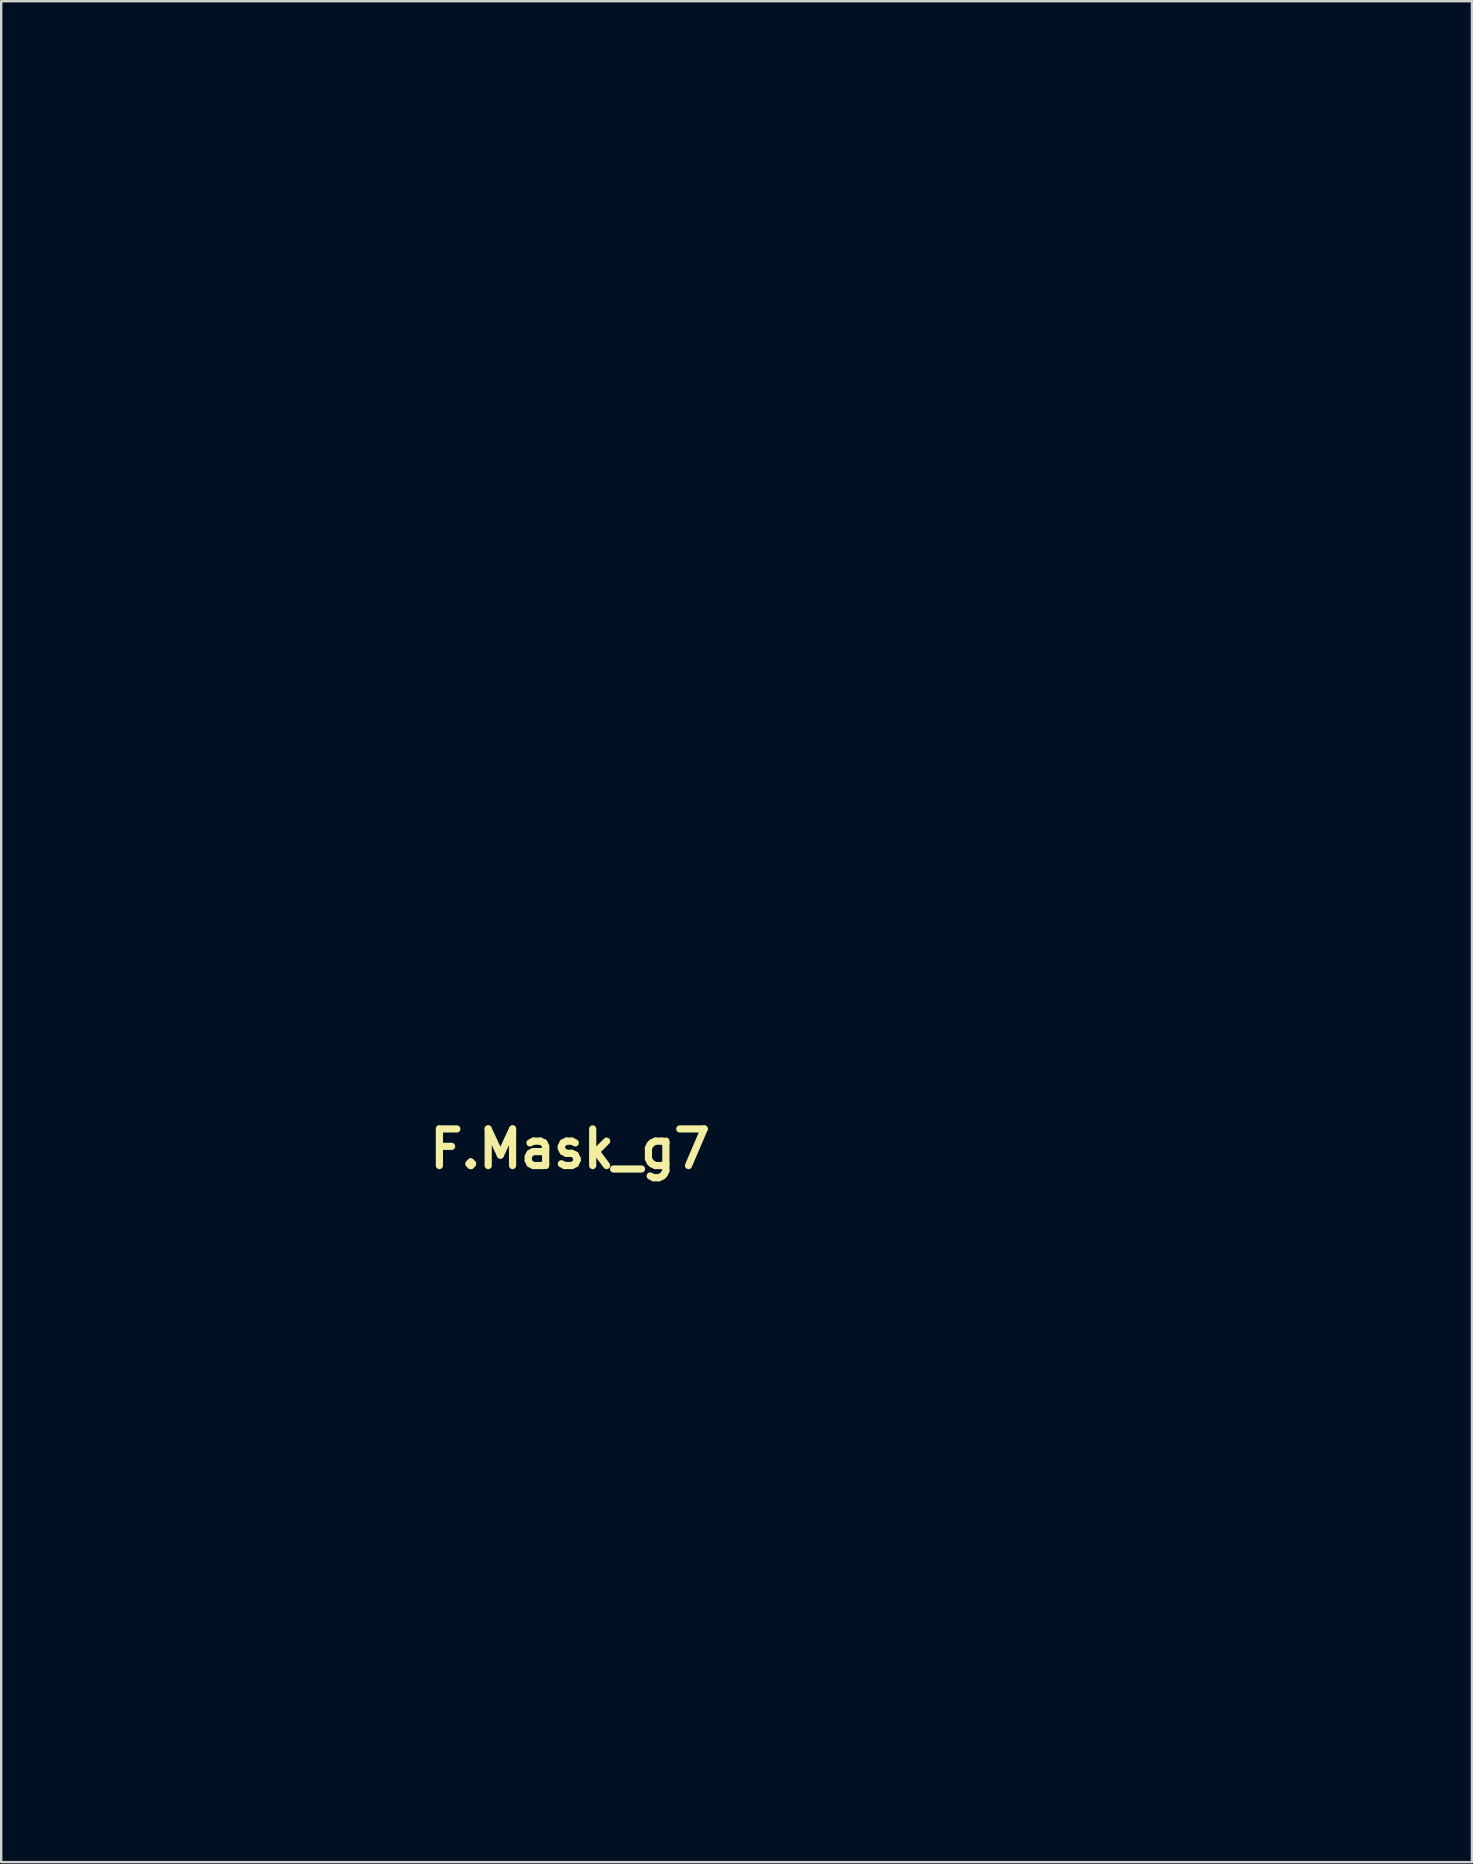
<source format=kicad_pcb>
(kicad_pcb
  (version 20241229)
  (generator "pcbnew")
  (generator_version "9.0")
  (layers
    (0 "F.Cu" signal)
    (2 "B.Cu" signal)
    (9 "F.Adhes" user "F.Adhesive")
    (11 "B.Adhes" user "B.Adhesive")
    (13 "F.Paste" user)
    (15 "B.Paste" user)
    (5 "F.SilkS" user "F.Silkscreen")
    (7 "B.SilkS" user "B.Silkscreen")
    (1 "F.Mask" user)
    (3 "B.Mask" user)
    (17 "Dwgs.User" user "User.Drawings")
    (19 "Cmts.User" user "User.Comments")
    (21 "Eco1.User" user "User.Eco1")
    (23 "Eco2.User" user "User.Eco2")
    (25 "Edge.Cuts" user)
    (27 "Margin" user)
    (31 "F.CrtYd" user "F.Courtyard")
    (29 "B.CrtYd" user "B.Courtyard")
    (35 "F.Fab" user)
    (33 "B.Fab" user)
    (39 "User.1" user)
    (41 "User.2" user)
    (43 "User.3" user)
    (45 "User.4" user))
  (footprint "F.Mask_g7"
    (layer "F.Cu")
    (at 20.699 44.817)
    (property "Reference" "F.Mask_g7" (at 0 0 0) (layer "F.SilkS") (effects (font (size 1.524 1.524) (thickness 0.3))))
    (attr through_hole)
    (fp_poly (pts (xy -10.221 20.817) (xy -9.814 20.908) (xy -9.401 21.046) (xy -8.993 21.228) (xy -8.602 21.45) (xy -8.24 21.706) (xy -7.92 21.994) (xy -7.861 22.056) (xy -7.692 22.225) (xy -7.557 22.324) (xy -7.449 22.357) (xy -7.362 22.326) (xy -7.324 22.289) (xy -7.297 22.231) (xy -7.307 22.147) (xy -7.342 22.051) (xy -7.381 21.943) (xy -7.4 21.875) (xy -7.4 21.864) (xy -7.345 21.84) (xy -7.227 21.802) (xy -7.063 21.755) (xy -6.872 21.703) (xy -6.673 21.653) (xy -6.484 21.609) (xy -6.434 21.598) (xy -5.91 21.508) (xy -5.441 21.477) (xy -5.017 21.505) (xy -4.631 21.594) (xy -4.274 21.745) (xy -3.937 21.959) (xy -3.926 21.967) (xy -3.734 22.133) (xy -3.563 22.317) (xy -3.426 22.504) (xy -3.335 22.677) (xy -3.302 22.818) (xy -3.336 22.864) (xy -3.439 22.919) (xy -3.617 22.984) (xy -3.871 23.06) (xy -4.083 23.117) (xy -4.259 23.162) (xy -4.432 23.203) (xy -4.608 23.24) (xy -4.792 23.275) (xy -4.993 23.308) (xy -5.217 23.34) (xy -5.47 23.372) (xy -5.759 23.404) (xy -6.091 23.437) (xy -6.472 23.473) (xy -6.909 23.511) (xy -7.409 23.553) (xy -7.978 23.599) (xy -8.624 23.65) (xy -8.805 23.665) (xy -9.684 23.74) (xy -10.479 23.821) (xy -11.194 23.908) (xy -11.829 24.001) (xy -12.387 24.1) (xy -12.795 24.188) (xy -13.038 24.246) (xy -13.082 24.093) (xy -13.106 23.975) (xy -13.13 23.807) (xy -13.148 23.622) (xy -13.15 23.601) (xy -13.14 23.162) (xy -13.051 22.733) (xy -12.89 22.322) (xy -12.661 21.938) (xy -12.372 21.59) (xy -12.027 21.285) (xy -11.634 21.033) (xy -11.279 20.872) (xy -10.965 20.795) (xy -10.609 20.778) (xy -10.221 20.817)) (stroke (width 0.01) (type solid)) (fill yes) (layer "F.Mask"))
    (fp_poly (pts (xy 22.81 11.349) (xy 23.085 11.431) (xy 23.43 11.603) (xy 23.745 11.849) (xy 24.024 12.157) (xy 24.258 12.518) (xy 24.439 12.924) (xy 24.529 13.219) (xy 24.566 13.427) (xy 24.589 13.679) (xy 24.598 13.949) (xy 24.593 14.208) (xy 24.572 14.429) (xy 24.553 14.531) (xy 24.495 14.742) (xy 24.449 14.881) (xy 24.411 14.957) (xy 24.375 14.982) (xy 24.37 14.982) (xy 24.311 14.967) (xy 24.193 14.928) (xy 24.034 14.873) (xy 23.929 14.835) (xy 23.473 14.682) (xy 22.934 14.525) (xy 22.313 14.366) (xy 21.611 14.204) (xy 20.83 14.04) (xy 20.045 13.887) (xy 19.434 13.772) (xy 18.898 13.67) (xy 18.431 13.579) (xy 18.023 13.497) (xy 17.667 13.423) (xy 17.355 13.355) (xy 17.079 13.29) (xy 16.832 13.228) (xy 16.606 13.166) (xy 16.392 13.102) (xy 16.184 13.036) (xy 15.985 12.969) (xy 15.733 12.878) (xy 15.493 12.783) (xy 15.278 12.69) (xy 15.1 12.605) (xy 14.972 12.534) (xy 14.907 12.482) (xy 14.901 12.469) (xy 14.923 12.408) (xy 14.977 12.304) (xy 15.027 12.223) (xy 15.185 12.031) (xy 15.41 11.839) (xy 15.686 11.66) (xy 15.99 11.509) (xy 16.129 11.451) (xy 16.243 11.411) (xy 16.352 11.387) (xy 16.48 11.374) (xy 16.648 11.369) (xy 16.87 11.368) (xy 17.178 11.375) (xy 17.422 11.393) (xy 17.62 11.426) (xy 17.695 11.445) (xy 17.844 11.491) (xy 18.03 11.554) (xy 18.238 11.63) (xy 18.453 11.711) (xy 18.658 11.793) (xy 18.838 11.867) (xy 18.977 11.929) (xy 19.059 11.973) (xy 19.074 11.985) (xy 19.072 12.047) (xy 19.032 12.129) (xy 18.972 12.269) (xy 18.983 12.389) (xy 19.016 12.438) (xy 19.117 12.486) (xy 19.24 12.456) (xy 19.378 12.35) (xy 19.391 12.337) (xy 19.577 12.173) (xy 19.819 12) (xy 20.095 11.834) (xy 20.378 11.691) (xy 20.455 11.657) (xy 20.953 11.477) (xy 21.449 11.355) (xy 21.932 11.293) (xy 22.389 11.29) (xy 22.81 11.349)) (stroke (width 0.01) (type solid)) (fill yes) (layer "F.Mask"))
    (fp_poly (pts (xy -4.349 -39.099) (xy -4.123 -39.077) (xy -4.055 -39.066) (xy -3.772 -39.01) (xy -4.174 -38.396) (xy -4.747 -37.497) (xy -5.263 -36.636) (xy -5.727 -35.801) (xy -6.147 -34.975) (xy -6.53 -34.145) (xy -6.884 -33.297) (xy -7.214 -32.415) (xy -7.505 -31.558) (xy -7.752 -30.768) (xy -7.969 -30.005) (xy -8.157 -29.258) (xy -8.319 -28.514) (xy -8.457 -27.761) (xy -8.572 -26.986) (xy -8.667 -26.179) (xy -8.744 -25.326) (xy -8.804 -24.415) (xy -8.85 -23.435) (xy -8.856 -23.284) (xy -8.877 -21.843) (xy -8.84 -20.342) (xy -8.743 -18.785) (xy -8.588 -17.171) (xy -8.374 -15.503) (xy -8.101 -13.783) (xy -7.771 -12.012) (xy -7.382 -10.19) (xy -6.962 -8.424) (xy -6.541 -6.829) (xy -6.094 -5.308) (xy -5.618 -3.853) (xy -5.11 -2.456) (xy -4.569 -1.111) (xy -4.317 -0.529) (xy -3.889 0.403) (xy -3.439 1.313) (xy -2.971 2.194) (xy -2.491 3.037) (xy -2.003 3.834) (xy -1.512 4.578) (xy -1.023 5.26) (xy -0.54 5.874) (xy -0.156 6.316) (xy 0.125 6.613) (xy 0.375 6.852) (xy 0.61 7.048) (xy 0.845 7.213) (xy 1.031 7.324) (xy 1.28 7.464) (xy 1.18 7.541) (xy 1.052 7.626) (xy 0.868 7.728) (xy 0.651 7.838) (xy 0.424 7.943) (xy 0.211 8.031) (xy 0.137 8.059) (xy -0.364 8.204) (xy -0.903 8.298) (xy -1.455 8.339) (xy -1.995 8.327) (xy -2.498 8.258) (xy -2.519 8.254) (xy -3.107 8.096) (xy -3.662 7.88) (xy -4.172 7.61) (xy -4.628 7.293) (xy -5.009 6.944) (xy -5.208 6.716) (xy -5.436 6.423) (xy -5.686 6.078) (xy -5.95 5.692) (xy -6.22 5.278) (xy -6.488 4.847) (xy -6.748 4.411) (xy -6.99 3.983) (xy -7.208 3.573) (xy -7.26 3.471) (xy -7.407 3.171) (xy -7.546 2.87) (xy -7.68 2.56) (xy -7.813 2.229) (xy -7.95 1.868) (xy -8.093 1.468) (xy -8.246 1.019) (xy -8.413 0.51) (xy -8.598 -0.068) (xy -8.657 -0.254) (xy -9.058 -1.583) (xy -9.429 -2.928) (xy -9.77 -4.295) (xy -10.083 -5.69) (xy -10.369 -7.118) (xy -10.629 -8.586) (xy -10.863 -10.1) (xy -11.073 -11.665) (xy -11.259 -13.288) (xy -11.423 -14.975) (xy -11.566 -16.732) (xy -11.688 -18.564) (xy -11.703 -18.817) (xy -11.763 -19.896) (xy -11.813 -20.897) (xy -11.854 -21.827) (xy -11.883 -22.692) (xy -11.902 -23.499) (xy -11.91 -24.254) (xy -11.907 -24.963) (xy -11.892 -25.634) (xy -11.865 -26.271) (xy -11.826 -26.883) (xy -11.775 -27.474) (xy -11.711 -28.053) (xy -11.634 -28.624) (xy -11.544 -29.195) (xy -11.441 -29.772) (xy -11.324 -30.361) (xy -11.196 -30.955) (xy -11.042 -31.624) (xy -10.892 -32.226) (xy -10.741 -32.776) (xy -10.583 -33.292) (xy -10.412 -33.791) (xy -10.222 -34.289) (xy -10.009 -34.803) (xy -9.766 -35.348) (xy -9.576 -35.758) (xy -9.351 -36.222) (xy -9.143 -36.616) (xy -8.944 -36.953) (xy -8.745 -37.241) (xy -8.537 -37.494) (xy -8.311 -37.721) (xy -8.058 -37.934) (xy -7.77 -38.144) (xy -7.551 -38.289) (xy -7.152 -38.535) (xy -6.792 -38.727) (xy -6.454 -38.872) (xy -6.116 -38.976) (xy -5.759 -39.045) (xy -5.363 -39.086) (xy -5.016 -39.102) (xy -4.645 -39.107) (xy -4.349 -39.099)) (stroke (width 0.01) (type solid)) (fill yes) (layer "F.Mask"))
    (fp_poly (pts (xy 5.401 -36.73) (xy 5.481 -36.656) (xy 5.583 -36.551) (xy 5.694 -36.425) (xy 5.806 -36.289) (xy 5.906 -36.156) (xy 5.923 -36.132) (xy 6.247 -35.594) (xy 6.501 -35.027) (xy 6.683 -34.44) (xy 6.792 -33.842) (xy 6.825 -33.244) (xy 6.78 -32.655) (xy 6.713 -32.3) (xy 6.551 -31.611) (xy 6.408 -30.993) (xy 6.281 -30.438) (xy 6.168 -29.934) (xy 6.068 -29.471) (xy 5.977 -29.04) (xy 5.895 -28.63) (xy 5.817 -28.231) (xy 5.744 -27.832) (xy 5.672 -27.425) (xy 5.599 -26.997) (xy 5.59 -26.941) (xy 5.398 -25.724) (xy 5.242 -24.578) (xy 5.12 -23.494) (xy 5.032 -22.467) (xy 4.977 -21.488) (xy 4.955 -20.553) (xy 4.954 -20.384) (xy 4.966 -19.504) (xy 5 -18.592) (xy 5.056 -17.667) (xy 5.132 -16.747) (xy 5.226 -15.85) (xy 5.337 -14.995) (xy 5.463 -14.198) (xy 5.505 -13.963) (xy 5.62 -13.426) (xy 5.771 -12.828) (xy 5.956 -12.185) (xy 6.168 -11.508) (xy 6.404 -10.813) (xy 6.659 -10.113) (xy 6.928 -9.421) (xy 7.206 -8.751) (xy 7.489 -8.117) (xy 7.51 -8.072) (xy 7.832 -7.436) (xy 8.221 -6.76) (xy 8.678 -6.043) (xy 9.204 -5.285) (xy 9.8 -4.483) (xy 10.26 -3.894) (xy 10.593 -3.447) (xy 10.86 -3.019) (xy 11.069 -2.591) (xy 11.232 -2.144) (xy 11.355 -1.659) (xy 11.372 -1.578) (xy 11.398 -1.437) (xy 11.415 -1.305) (xy 11.424 -1.166) (xy 11.426 -1.001) (xy 11.42 -0.794) (xy 11.407 -0.526) (xy 11.4 -0.404) (xy 11.375 -0.025) (xy 11.34 0.291) (xy 11.293 0.563) (xy 11.228 0.813) (xy 11.141 1.061) (xy 11.026 1.328) (xy 10.983 1.42) (xy 10.692 1.943) (xy 10.332 2.437) (xy 9.916 2.889) (xy 9.456 3.285) (xy 9.069 3.548) (xy 8.949 3.619) (xy 8.861 3.668) (xy 8.827 3.683) (xy 8.822 3.643) (xy 8.821 3.535) (xy 8.825 3.374) (xy 8.832 3.175) (xy 8.834 3.14) (xy 8.837 2.549) (xy 8.782 1.996) (xy 8.665 1.454) (xy 8.483 0.896) (xy 8.462 0.842) (xy 8.38 0.65) (xy 8.276 0.448) (xy 8.143 0.226) (xy 7.974 -0.028) (xy 7.761 -0.326) (xy 7.582 -0.568) (xy 7.328 -0.916) (xy 7.05 -1.314) (xy 6.764 -1.735) (xy 6.488 -2.155) (xy 6.239 -2.549) (xy 6.115 -2.752) (xy 5.899 -3.138) (xy 5.666 -3.6) (xy 5.421 -4.128) (xy 5.167 -4.714) (xy 4.905 -5.352) (xy 4.641 -6.033) (xy 4.376 -6.749) (xy 4.114 -7.492) (xy 3.857 -8.254) (xy 3.61 -9.028) (xy 3.407 -9.694) (xy 3.331 -9.957) (xy 3.243 -10.276) (xy 3.146 -10.635) (xy 3.044 -11.022) (xy 2.94 -11.421) (xy 2.839 -11.82) (xy 2.743 -12.203) (xy 2.656 -12.557) (xy 2.583 -12.867) (xy 2.526 -13.119) (xy 2.498 -13.25) (xy 2.327 -14.162) (xy 2.169 -15.091) (xy 2.027 -16.03) (xy 1.899 -16.971) (xy 1.788 -17.907) (xy 1.693 -18.83) (xy 1.615 -19.733) (xy 1.555 -20.608) (xy 1.513 -21.447) (xy 1.49 -22.243) (xy 1.487 -22.988) (xy 1.503 -23.675) (xy 1.54 -24.296) (xy 1.598 -24.843) (xy 1.605 -24.892) (xy 1.727 -25.679) (xy 1.866 -26.435) (xy 2.019 -27.148) (xy 2.184 -27.809) (xy 2.359 -28.408) (xy 2.54 -28.936) (xy 2.589 -29.062) (xy 2.837 -29.652) (xy 3.129 -30.286) (xy 3.453 -30.942) (xy 3.798 -31.598) (xy 4.153 -32.232) (xy 4.507 -32.824) (xy 4.661 -33.068) (xy 4.926 -33.525) (xy 5.13 -33.981) (xy 5.279 -34.457) (xy 5.382 -34.975) (xy 5.421 -35.289) (xy 5.437 -35.527) (xy 5.441 -35.794) (xy 5.433 -36.067) (xy 5.415 -36.327) (xy 5.389 -36.549) (xy 5.354 -36.714) (xy 5.347 -36.736) (xy 5.353 -36.76) (xy 5.401 -36.73)) (stroke (width 0.01) (type solid)) (fill yes) (layer "F.Mask"))
    (fp_poly (pts (xy -0.804 -20.113) (xy -0.693 -20.089) (xy -0.601 -20.049) (xy -0.515 -19.991) (xy -0.427 -19.916) (xy -0.423 -19.913) (xy -0.272 -19.736) (xy -0.192 -19.533) (xy -0.175 -19.287) (xy -0.178 -19.238) (xy -0.234 -18.992) (xy -0.352 -18.784) (xy -0.521 -18.63) (xy -0.606 -18.584) (xy -0.71 -18.552) (xy -0.884 -18.514) (xy -1.113 -18.473) (xy -1.382 -18.43) (xy -1.616 -18.397) (xy -2.174 -18.319) (xy -2.654 -18.239) (xy -3.063 -18.158) (xy -3.408 -18.074) (xy -3.695 -17.984) (xy -3.932 -17.888) (xy -3.993 -17.858) (xy -4.16 -17.772) (xy -4.038 -17.689) (xy -3.832 -17.566) (xy -3.555 -17.425) (xy -3.218 -17.272) (xy -2.831 -17.112) (xy -2.742 -17.078) (xy -2.142 -16.831) (xy -1.624 -16.589) (xy -1.188 -16.351) (xy -0.836 -16.119) (xy -0.567 -15.893) (xy -0.384 -15.675) (xy -0.251 -15.432) (xy -0.157 -15.167) (xy -0.107 -14.911) (xy -0.109 -14.711) (xy -0.152 -14.482) (xy -0.224 -14.268) (xy -0.331 -14.06) (xy -0.48 -13.848) (xy -0.676 -13.625) (xy -0.927 -13.381) (xy -1.24 -13.108) (xy -1.478 -12.913) (xy -1.87 -12.586) (xy -2.191 -12.296) (xy -2.446 -12.039) (xy -2.638 -11.809) (xy -2.77 -11.602) (xy -2.847 -11.414) (xy -2.873 -11.24) (xy -2.871 -11.189) (xy -2.852 -11.093) (xy -2.807 -11.01) (xy -2.729 -10.936) (xy -2.61 -10.869) (xy -2.442 -10.805) (xy -2.217 -10.742) (xy -1.928 -10.675) (xy -1.566 -10.602) (xy -1.344 -10.56) (xy -0.856 -10.461) (xy -0.444 -10.358) (xy -0.1 -10.245) (xy 0.187 -10.117) (xy 0.424 -9.972) (xy 0.62 -9.803) (xy 0.784 -9.606) (xy 0.926 -9.376) (xy 0.937 -9.356) (xy 0.983 -9.256) (xy 1.013 -9.155) (xy 1.029 -9.031) (xy 1.036 -8.86) (xy 1.037 -8.721) (xy 1.022 -8.405) (xy 0.971 -8.109) (xy 0.881 -7.819) (xy 0.744 -7.522) (xy 0.555 -7.205) (xy 0.308 -6.854) (xy 0.172 -6.675) (xy -0.058 -6.374) (xy -0.234 -6.129) (xy -0.36 -5.932) (xy -0.44 -5.775) (xy -0.476 -5.649) (xy -0.473 -5.548) (xy -0.433 -5.463) (xy -0.366 -5.392) (xy -0.262 -5.321) (xy -0.125 -5.262) (xy 0.056 -5.213) (xy 0.291 -5.171) (xy 0.59 -5.135) (xy 0.964 -5.102) (xy 0.974 -5.101) (xy 1.323 -5.073) (xy 1.603 -5.046) (xy 1.828 -5.018) (xy 2.014 -4.988) (xy 2.175 -4.952) (xy 2.327 -4.908) (xy 2.434 -4.872) (xy 2.782 -4.712) (xy 3.091 -4.496) (xy 3.353 -4.235) (xy 3.558 -3.939) (xy 3.695 -3.62) (xy 3.753 -3.333) (xy 3.754 -3.051) (xy 3.703 -2.765) (xy 3.594 -2.466) (xy 3.426 -2.145) (xy 3.193 -1.794) (xy 2.914 -1.432) (xy 2.662 -1.119) (xy 2.459 -0.863) (xy 2.301 -0.656) (xy 2.18 -0.489) (xy 2.091 -0.356) (xy 2.029 -0.248) (xy 2.024 -0.239) (xy 1.941 -0.076) (xy 2.039 0.03) (xy 2.114 0.088) (xy 2.248 0.171) (xy 2.422 0.269) (xy 2.62 0.37) (xy 2.646 0.382) (xy 2.931 0.528) (xy 3.145 0.659) (xy 3.296 0.786) (xy 3.395 0.917) (xy 3.45 1.065) (xy 3.47 1.239) (xy 3.471 1.296) (xy 3.434 1.525) (xy 3.332 1.744) (xy 3.21 1.892) (xy 3.036 2.011) (xy 2.828 2.087) (xy 2.614 2.114) (xy 2.424 2.086) (xy 2.392 2.074) (xy 2.316 2.041) (xy 2.185 1.985) (xy 2.023 1.915) (xy 1.952 1.885) (xy 1.486 1.653) (xy 1.095 1.393) (xy 0.782 1.106) (xy 0.548 0.794) (xy 0.393 0.461) (xy 0.317 0.108) (xy 0.323 -0.262) (xy 0.411 -0.647) (xy 0.581 -1.045) (xy 0.732 -1.303) (xy 0.826 -1.439) (xy 0.961 -1.619) (xy 1.119 -1.824) (xy 1.287 -2.032) (xy 1.349 -2.108) (xy 1.514 -2.31) (xy 1.674 -2.513) (xy 1.815 -2.698) (xy 1.922 -2.846) (xy 1.952 -2.89) (xy 2.122 -3.153) (xy 2.031 -3.227) (xy 1.959 -3.275) (xy 1.866 -3.315) (xy 1.743 -3.349) (xy 1.577 -3.379) (xy 1.357 -3.406) (xy 1.072 -3.433) (xy 0.826 -3.453) (xy 0.342 -3.499) (xy -0.069 -3.556) (xy -0.418 -3.627) (xy -0.716 -3.717) (xy -0.976 -3.828) (xy -1.208 -3.965) (xy -1.425 -4.131) (xy -1.498 -4.196) (xy -1.742 -4.465) (xy -1.935 -4.77) (xy -2.07 -5.095) (xy -2.14 -5.423) (xy -2.14 -5.711) (xy -2.098 -5.98) (xy -2.033 -6.231) (xy -1.939 -6.477) (xy -1.81 -6.731) (xy -1.638 -7.004) (xy -1.418 -7.31) (xy -1.144 -7.661) (xy -1.126 -7.684) (xy -1 -7.852) (xy -0.877 -8.039) (xy -0.768 -8.226) (xy -0.68 -8.398) (xy -0.621 -8.539) (xy -0.602 -8.633) (xy -0.605 -8.649) (xy -0.662 -8.694) (xy -0.796 -8.747) (xy -1.003 -8.806) (xy -1.276 -8.871) (xy -1.608 -8.938) (xy -1.905 -8.992) (xy -2.319 -9.069) (xy -2.664 -9.15) (xy -2.958 -9.237) (xy -3.216 -9.337) (xy -3.365 -9.406) (xy -3.739 -9.627) (xy -4.039 -9.89) (xy -4.272 -10.198) (xy -4.428 -10.52) (xy -4.467 -10.645) (xy -4.491 -10.788) (xy -4.504 -10.971) (xy -4.506 -11.216) (xy -4.506 -11.218) (xy -4.503 -11.442) (xy -4.493 -11.609) (xy -4.471 -11.747) (xy -4.433 -11.884) (xy -4.375 -12.047) (xy -4.371 -12.055) (xy -4.257 -12.324) (xy -4.122 -12.575) (xy -3.957 -12.82) (xy -3.756 -13.067) (xy -3.509 -13.326) (xy -3.209 -13.605) (xy -2.849 -13.913) (xy -2.644 -14.081) (xy -2.439 -14.249) (xy -2.251 -14.405) (xy -2.092 -14.54) (xy -1.975 -14.642) (xy -1.911 -14.702) (xy -1.812 -14.81) (xy -1.976 -14.914) (xy -2.175 -15.031) (xy -2.407 -15.15) (xy -2.686 -15.278) (xy -3.023 -15.42) (xy -3.37 -15.559) (xy -3.802 -15.732) (xy -4.164 -15.888) (xy -4.466 -16.033) (xy -4.721 -16.174) (xy -4.937 -16.316) (xy -5.128 -16.466) (xy -5.303 -16.631) (xy -5.37 -16.7) (xy -5.578 -16.955) (xy -5.715 -17.208) (xy -5.791 -17.481) (xy -5.814 -17.799) (xy -5.814 -17.801) (xy -5.782 -18.15) (xy -5.685 -18.461) (xy -5.519 -18.739) (xy -5.28 -18.986) (xy -4.966 -19.208) (xy -4.573 -19.408) (xy -4.477 -19.449) (xy -4.194 -19.554) (xy -3.874 -19.652) (xy -3.506 -19.743) (xy -3.081 -19.83) (xy -2.591 -19.915) (xy -2.025 -20) (xy -2.013 -20.002) (xy -1.648 -20.053) (xy -1.355 -20.09) (xy -1.124 -20.112) (xy -0.944 -20.12) (xy -0.804 -20.113)) (stroke (width 0.01) (type solid)) (fill yes) (layer "F.Mask"))
    (fp_poly (pts (xy 20.727 -44.81) (xy 21.169 -44.804) (xy 21.574 -44.795) (xy 21.929 -44.782) (xy 22.221 -44.765) (xy 22.352 -44.754) (xy 23.652 -44.598) (xy 24.887 -44.389) (xy 26.061 -44.128) (xy 27.175 -43.814) (xy 28.233 -43.445) (xy 29.236 -43.021) (xy 29.739 -42.778) (xy 30.461 -42.39) (xy 31.111 -41.992) (xy 31.7 -41.575) (xy 32.241 -41.131) (xy 32.744 -40.65) (xy 32.955 -40.427) (xy 33.424 -39.862) (xy 33.814 -39.276) (xy 34.123 -38.673) (xy 34.353 -38.057) (xy 34.502 -37.429) (xy 34.57 -36.795) (xy 34.556 -36.157) (xy 34.459 -35.518) (xy 34.279 -34.882) (xy 34.016 -34.252) (xy 33.983 -34.184) (xy 33.83 -33.904) (xy 33.637 -33.586) (xy 33.418 -33.252) (xy 33.191 -32.926) (xy 32.97 -32.633) (xy 32.8 -32.427) (xy 32.257 -31.866) (xy 31.639 -31.334) (xy 30.948 -30.831) (xy 30.19 -30.362) (xy 29.369 -29.927) (xy 28.489 -29.53) (xy 27.554 -29.172) (xy 26.57 -28.855) (xy 25.541 -28.583) (xy 25.246 -28.515) (xy 24.9 -28.442) (xy 24.525 -28.368) (xy 24.142 -28.297) (xy 23.771 -28.233) (xy 23.432 -28.18) (xy 23.146 -28.14) (xy 23.029 -28.127) (xy 22.884 -28.11) (xy 22.775 -28.094) (xy 22.727 -28.083) (xy 22.724 -28.038) (xy 22.744 -27.936) (xy 22.78 -27.809) (xy 22.834 -27.557) (xy 22.858 -27.262) (xy 22.853 -26.959) (xy 22.818 -26.685) (xy 22.792 -26.582) (xy 22.705 -26.333) (xy 22.59 -26.099) (xy 22.44 -25.872) (xy 22.247 -25.64) (xy 22.003 -25.396) (xy 21.699 -25.128) (xy 21.395 -24.881) (xy 21.156 -24.689) (xy 20.974 -24.533) (xy 20.835 -24.402) (xy 20.729 -24.282) (xy 20.642 -24.159) (xy 20.563 -24.022) (xy 20.527 -23.951) (xy 20.266 -23.471) (xy 19.973 -22.992) (xy 19.659 -22.534) (xy 19.341 -22.119) (xy 19.045 -21.78) (xy 18.871 -21.582) (xy 18.767 -21.425) (xy 18.733 -21.336) (xy 18.66 -21.105) (xy 18.536 -20.851) (xy 18.378 -20.603) (xy 18.244 -20.435) (xy 18.153 -20.33) (xy 18.085 -20.236) (xy 18.03 -20.134) (xy 17.978 -20.004) (xy 17.922 -19.828) (xy 17.864 -19.631) (xy 17.545 -18.607) (xy 17.2 -17.663) (xy 16.828 -16.796) (xy 16.428 -16.004) (xy 15.999 -15.287) (xy 15.54 -14.641) (xy 15.05 -14.066) (xy 14.528 -13.559) (xy 14.382 -13.434) (xy 13.829 -13.007) (xy 13.282 -12.657) (xy 12.728 -12.378) (xy 12.153 -12.163) (xy 11.542 -12.008) (xy 10.884 -11.906) (xy 10.753 -11.892) (xy 10.274 -11.87) (xy 9.747 -11.892) (xy 9.196 -11.953) (xy 8.645 -12.052) (xy 8.116 -12.185) (xy 8.101 -12.189) (xy 7.933 -12.239) (xy 7.8 -12.276) (xy 7.72 -12.296) (xy 7.705 -12.298) (xy 7.719 -12.242) (xy 7.758 -12.119) (xy 7.818 -11.942) (xy 7.894 -11.724) (xy 7.981 -11.476) (xy 8.075 -11.213) (xy 8.172 -10.945) (xy 8.268 -10.687) (xy 8.356 -10.45) (xy 8.434 -10.248) (xy 8.483 -10.122) (xy 8.773 -9.436) (xy 9.07 -8.794) (xy 9.382 -8.184) (xy 9.717 -7.593) (xy 10.083 -7.006) (xy 10.489 -6.41) (xy 10.942 -5.792) (xy 11.451 -5.139) (xy 11.612 -4.938) (xy 11.765 -4.742) (xy 11.922 -4.528) (xy 12.074 -4.31) (xy 12.211 -4.104) (xy 12.323 -3.925) (xy 12.399 -3.787) (xy 12.425 -3.725) (xy 12.442 -3.698) (xy 12.478 -3.692) (xy 12.545 -3.71) (xy 12.655 -3.757) (xy 12.82 -3.838) (xy 12.967 -3.913) (xy 13.709 -4.259) (xy 14.425 -4.526) (xy 15.118 -4.715) (xy 15.792 -4.825) (xy 16.45 -4.858) (xy 17.094 -4.812) (xy 17.729 -4.69) (xy 18.316 -4.507) (xy 18.965 -4.221) (xy 19.579 -3.862) (xy 20.156 -3.432) (xy 20.692 -2.937) (xy 21.182 -2.381) (xy 21.623 -1.768) (xy 22.011 -1.104) (xy 22.343 -0.393) (xy 22.614 0.362) (xy 22.732 0.777) (xy 22.877 1.447) (xy 22.967 2.121) (xy 23.003 2.813) (xy 22.983 3.533) (xy 22.909 4.291) (xy 22.779 5.1) (xy 22.734 5.334) (xy 22.531 6.202) (xy 22.282 7.033) (xy 21.989 7.816) (xy 21.657 8.541) (xy 21.339 9.117) (xy 21.248 9.272) (xy 21.176 9.399) (xy 21.132 9.482) (xy 21.124 9.504) (xy 21.161 9.517) (xy 21.251 9.51) (xy 21.275 9.506) (xy 21.43 9.489) (xy 21.648 9.48) (xy 21.905 9.478) (xy 22.178 9.485) (xy 22.445 9.498) (xy 22.685 9.517) (xy 22.873 9.543) (xy 22.886 9.545) (xy 23.486 9.7) (xy 24.043 9.927) (xy 24.553 10.222) (xy 25.012 10.581) (xy 25.418 11.001) (xy 25.765 11.479) (xy 26.052 12.012) (xy 26.274 12.597) (xy 26.335 12.813) (xy 26.39 13.086) (xy 26.428 13.414) (xy 26.449 13.767) (xy 26.451 14.118) (xy 26.434 14.437) (xy 26.418 14.566) (xy 26.35 14.917) (xy 26.251 15.275) (xy 26.128 15.617) (xy 25.989 15.926) (xy 25.842 16.181) (xy 25.757 16.294) (xy 25.598 16.447) (xy 25.377 16.608) (xy 25.114 16.768) (xy 24.83 16.915) (xy 24.543 17.038) (xy 24.278 17.124) (xy 23.916 17.197) (xy 23.511 17.238) (xy 23.058 17.247) (xy 22.553 17.224) (xy 21.992 17.167) (xy 21.371 17.077) (xy 20.686 16.954) (xy 19.933 16.795) (xy 19.107 16.603) (xy 18.986 16.573) (xy 18.697 16.503) (xy 18.416 16.437) (xy 18.161 16.378) (xy 17.948 16.331) (xy 17.794 16.3) (xy 17.759 16.294) (xy 17.462 16.244) (xy 16.573 16.647) (xy 16.23 16.803) (xy 15.82 16.988) (xy 15.358 17.197) (xy 14.853 17.426) (xy 14.319 17.667) (xy 13.766 17.917) (xy 13.207 18.169) (xy 12.654 18.419) (xy 12.192 18.627) (xy 11.864 18.775) (xy 11.491 18.943) (xy 11.104 19.118) (xy 10.735 19.285) (xy 10.456 19.41) (xy 10.216 19.519) (xy 9.907 19.659) (xy 9.535 19.827) (xy 9.109 20.019) (xy 8.634 20.234) (xy 8.119 20.466) (xy 7.571 20.714) (xy 6.996 20.974) (xy 6.403 21.242) (xy 5.797 21.515) (xy 5.187 21.79) (xy 4.58 22.065) (xy 3.983 22.334) (xy 3.403 22.596) (xy 2.847 22.847) (xy 2.323 23.084) (xy 1.837 23.303) (xy 1.398 23.502) (xy 1.012 23.676) (xy 0.686 23.823) (xy 0.428 23.94) (xy 0.36 23.971) (xy -0.292 24.265) (xy -0.872 24.527) (xy -1.383 24.758) (xy -1.831 24.96) (xy -2.221 25.136) (xy -2.556 25.287) (xy -2.843 25.415) (xy -3.084 25.523) (xy -3.286 25.613) (xy -3.452 25.685) (xy -3.587 25.744) (xy -3.696 25.79) (xy -3.784 25.825) (xy -3.855 25.852) (xy -3.914 25.873) (xy -3.965 25.889) (xy -4.013 25.903) (xy -4.064 25.917) (xy -4.12 25.933) (xy -4.172 25.947) (xy -4.514 26.032) (xy -4.93 26.11) (xy -5.425 26.182) (xy -5.999 26.247) (xy -6.422 26.288) (xy -6.78 26.321) (xy -7.189 26.363) (xy -7.614 26.41) (xy -8.022 26.456) (xy -8.361 26.498) (xy -8.973 26.573) (xy -9.513 26.631) (xy -9.991 26.672) (xy -10.418 26.697) (xy -10.805 26.706) (xy -11.162 26.701) (xy -11.499 26.681) (xy -11.663 26.666) (xy -11.991 26.631) (xy -12.25 26.601) (xy -12.455 26.572) (xy -12.622 26.541) (xy -12.766 26.506) (xy -12.903 26.463) (xy -13.048 26.41) (xy -13.067 26.403) (xy -13.483 26.215) (xy -13.861 25.989) (xy -14.187 25.734) (xy -14.448 25.462) (xy -14.535 25.345) (xy -14.69 25.057) (xy -14.815 24.705) (xy -14.908 24.305) (xy -14.963 23.872) (xy -14.979 23.424) (xy -14.973 23.243) (xy -14.904 22.653) (xy -14.764 22.082) (xy -14.557 21.539) (xy -14.288 21.03) (xy -13.963 20.563) (xy -13.586 20.145) (xy -13.163 19.783) (xy -12.7 19.486) (xy -12.2 19.26) (xy -12.171 19.249) (xy -11.642 19.102) (xy -11.077 19.016) (xy -10.498 18.993) (xy -9.928 19.036) (xy -9.623 19.088) (xy -9.435 19.128) (xy -9.274 19.165) (xy -9.159 19.193) (xy -9.12 19.205) (xy -9.092 19.216) (xy -9.073 19.217) (xy -9.065 19.198) (xy -9.068 19.151) (xy -9.086 19.064) (xy -9.119 18.928) (xy -9.17 18.733) (xy -9.24 18.469) (xy -9.267 18.368) (xy -9.511 17.347) (xy -9.708 16.316) (xy -9.853 15.302) (xy -9.904 14.817) (xy -9.922 14.558) (xy -9.935 14.239) (xy -9.943 13.879) (xy -9.947 13.498) (xy -9.945 13.115) (xy -9.939 12.75) (xy -9.929 12.422) (xy -9.913 12.151) (xy -9.905 12.059) (xy -9.769 11.06) (xy -9.562 10.101) (xy -9.285 9.186) (xy -8.939 8.316) (xy -8.568 7.573) (xy -8.434 7.339) (xy -8.281 7.085) (xy -8.122 6.833) (xy -7.97 6.603) (xy -7.839 6.417) (xy -7.787 6.348) (xy -7.669 6.199) (xy -8.051 5.565) (xy -8.283 5.167) (xy -8.52 4.735) (xy -8.753 4.289) (xy -8.969 3.853) (xy -9.159 3.446) (xy -9.291 3.137) (xy -9.446 2.742) (xy -9.616 2.278) (xy -9.798 1.758) (xy -9.987 1.194) (xy -10.18 0.6) (xy -10.373 -0.013) (xy -10.561 -0.63) (xy -10.741 -1.238) (xy -10.908 -1.826) (xy -11.058 -2.379) (xy -11.175 -2.836) (xy -11.226 -3.04) (xy -11.271 -3.217) (xy -11.305 -3.349) (xy -11.324 -3.418) (xy -11.325 -3.421) (xy -11.36 -3.439) (xy -11.441 -3.404) (xy -11.536 -3.34) (xy -11.668 -3.228) (xy -11.743 -3.114) (xy -11.771 -3.03) (xy -11.928 -2.562) (xy -12.152 -2.146) (xy -12.444 -1.78) (xy -12.805 -1.463) (xy -12.978 -1.344) (xy -13.346 -1.141) (xy -13.736 -0.987) (xy -14.127 -0.888) (xy -14.5 -0.85) (xy -14.699 -0.857) (xy -14.835 -0.862) (xy -14.975 -0.845) (xy -15.145 -0.801) (xy -15.303 -0.75) (xy -15.497 -0.689) (xy -15.67 -0.648) (xy -15.851 -0.623) (xy -16.073 -0.608) (xy -16.192 -0.603) (xy -16.664 -0.612) (xy -17.081 -0.678) (xy -17.454 -0.805) (xy -17.797 -0.997) (xy -18.092 -1.231) (xy -18.293 -1.394) (xy -18.472 -1.494) (xy -18.556 -1.523) (xy -18.849 -1.643) (xy -19.138 -1.836) (xy -19.415 -2.09) (xy -19.67 -2.392) (xy -19.892 -2.731) (xy -20.072 -3.096) (xy -20.2 -3.473) (xy -20.211 -3.516) (xy -20.25 -3.75) (xy -20.272 -4.032) (xy -20.275 -4.332) (xy -20.261 -4.62) (xy -20.229 -4.865) (xy -20.214 -4.934) (xy -20.154 -5.136) (xy -20.077 -5.357) (xy -19.991 -5.569) (xy -19.908 -5.746) (xy -19.853 -5.842) (xy -19.814 -5.933) (xy -19.773 -6.08) (xy -19.738 -6.256) (xy -19.73 -6.308) (xy -19.65 -6.76) (xy -19.538 -7.152) (xy -19.387 -7.505) (xy -19.187 -7.841) (xy -18.927 -8.182) (xy -18.893 -8.223) (xy -18.771 -8.378) (xy -18.664 -8.536) (xy -18.59 -8.667) (xy -18.578 -8.694) (xy -18.506 -8.879) (xy -18.667 -9.361) (xy -18.747 -9.581) (xy -18.851 -9.847) (xy -18.969 -10.129) (xy -19.086 -10.397) (xy -19.113 -10.456) (xy -19.304 -10.868) (xy -19.463 -11.213) (xy -19.594 -11.5) (xy -19.702 -11.739) (xy -19.791 -11.939) (xy -19.866 -12.11) (xy -19.93 -12.262) (xy -19.987 -12.404) (xy -20.042 -12.545) (xy -20.084 -12.653) (xy -20.349 -13.443) (xy -20.539 -14.219) (xy -20.654 -14.976) (xy -20.684 -15.539) (xy -19.234 -15.539) (xy -19.174 -14.868) (xy -19.152 -14.728) (xy -19.075 -14.333) (xy -18.97 -13.924) (xy -18.833 -13.491) (xy -18.662 -13.024) (xy -18.452 -12.513) (xy -18.199 -11.947) (xy -18.066 -11.663) (xy -17.821 -11.133) (xy -17.615 -10.668) (xy -17.445 -10.258) (xy -17.308 -9.894) (xy -17.201 -9.568) (xy -17.12 -9.27) (xy -17.063 -8.999) (xy -17.029 -8.775) (xy -17.022 -8.61) (xy -17.044 -8.479) (xy -17.099 -8.36) (xy -17.149 -8.283) (xy -17.255 -8.089) (xy -17.293 -7.897) (xy -17.305 -7.79) (xy -17.333 -7.71) (xy -17.394 -7.634) (xy -17.502 -7.539) (xy -17.55 -7.5) (xy -17.789 -7.272) (xy -17.99 -7.011) (xy -18.136 -6.742) (xy -18.179 -6.625) (xy -18.213 -6.49) (xy -18.252 -6.302) (xy -18.29 -6.09) (xy -18.308 -5.969) (xy -18.344 -5.751) (xy -18.386 -5.575) (xy -18.444 -5.409) (xy -18.528 -5.221) (xy -18.595 -5.084) (xy -18.69 -4.894) (xy -18.753 -4.755) (xy -18.791 -4.643) (xy -18.81 -4.532) (xy -18.816 -4.398) (xy -18.817 -4.237) (xy -18.814 -4.032) (xy -18.801 -3.882) (xy -18.773 -3.76) (xy -18.726 -3.637) (xy -18.703 -3.588) (xy -18.546 -3.298) (xy -18.379 -3.088) (xy -18.199 -2.952) (xy -18 -2.887) (xy -17.89 -2.879) (xy -17.742 -2.894) (xy -17.616 -2.932) (xy -17.588 -2.947) (xy -17.511 -2.988) (xy -17.476 -2.977) (xy -17.468 -2.957) (xy -17.344 -2.633) (xy -17.183 -2.382) (xy -16.981 -2.202) (xy -16.73 -2.088) (xy -16.427 -2.036) (xy -16.292 -2.032) (xy -16.014 -2.064) (xy -15.739 -2.152) (xy -15.498 -2.284) (xy -15.411 -2.353) (xy -15.254 -2.495) (xy -15.025 -2.407) (xy -14.703 -2.328) (xy -14.376 -2.331) (xy -14.054 -2.414) (xy -13.748 -2.575) (xy -13.74 -2.58) (xy -13.503 -2.776) (xy -13.333 -2.996) (xy -13.226 -3.252) (xy -13.176 -3.556) (xy -13.175 -3.871) (xy -13.195 -4.255) (xy -12.997 -4.261) (xy -12.744 -4.309) (xy -12.506 -4.432) (xy -12.291 -4.619) (xy -12.11 -4.859) (xy -11.973 -5.144) (xy -11.895 -5.421) (xy -11.874 -5.749) (xy -11.927 -6.086) (xy -12.047 -6.419) (xy -12.224 -6.737) (xy -12.45 -7.029) (xy -12.718 -7.282) (xy -13.019 -7.485) (xy -13.346 -7.627) (xy -13.483 -7.664) (xy -13.745 -7.729) (xy -13.961 -7.798) (xy -14.165 -7.88) (xy -14.277 -7.935) (xy -14.332 -7.988) (xy -14.349 -8.07) (xy -14.351 -8.153) (xy -14.391 -8.399) (xy -14.507 -8.615) (xy -14.693 -8.789) (xy -14.719 -8.806) (xy -14.833 -8.877) (xy -14.919 -8.927) (xy -14.947 -8.941) (xy -14.97 -8.985) (xy -15.004 -9.094) (xy -15.044 -9.248) (xy -15.068 -9.353) (xy -15.133 -9.62) (xy -15.216 -9.911) (xy -15.321 -10.233) (xy -15.451 -10.593) (xy -15.609 -11.002) (xy -15.797 -11.466) (xy -16.019 -11.995) (xy -16.125 -12.242) (xy -16.373 -12.825) (xy -16.584 -13.34) (xy -16.76 -13.794) (xy -16.905 -14.194) (xy -17.02 -14.548) (xy -17.107 -14.862) (xy -17.169 -15.145) (xy -17.208 -15.402) (xy -17.227 -15.643) (xy -17.229 -15.763) (xy -17.189 -16.209) (xy -17.073 -16.624) (xy -16.884 -17.006) (xy -16.627 -17.352) (xy -16.306 -17.66) (xy -15.923 -17.928) (xy -15.483 -18.153) (xy -14.99 -18.332) (xy -14.447 -18.464) (xy -13.859 -18.546) (xy -13.228 -18.576) (xy -12.848 -18.568) (xy -12.613 -18.557) (xy -12.399 -18.544) (xy -12.223 -18.531) (xy -12.106 -18.52) (xy -12.08 -18.516) (xy -12.044 -18.511) (xy -12.014 -18.507) (xy -11.991 -18.495) (xy -11.971 -18.468) (xy -11.954 -18.416) (xy -11.939 -18.333) (xy -11.925 -18.21) (xy -11.91 -18.04) (xy -11.893 -17.814) (xy -11.872 -17.524) (xy -11.848 -17.162) (xy -11.83 -16.912) (xy -11.732 -15.628) (xy -11.614 -14.326) (xy -11.48 -13.024) (xy -11.33 -11.737) (xy -11.167 -10.483) (xy -10.992 -9.278) (xy -10.808 -8.14) (xy -10.794 -8.058) (xy -10.577 -6.853) (xy -10.348 -5.7) (xy -10.102 -4.58) (xy -9.835 -3.475) (xy -9.543 -2.366) (xy -9.22 -1.234) (xy -8.862 -0.06) (xy -8.592 0.783) (xy -8.324 1.574) (xy -8.053 2.297) (xy -7.77 2.971) (xy -7.469 3.613) (xy -7.139 4.241) (xy -6.773 4.872) (xy -6.363 5.524) (xy -6.173 5.81) (xy -5.84 6.307) (xy -6.205 6.72) (xy -6.735 7.385) (xy -7.197 8.097) (xy -7.589 8.856) (xy -7.911 9.66) (xy -8.164 10.509) (xy -8.347 11.4) (xy -8.46 12.334) (xy -8.502 13.308) (xy -8.474 14.321) (xy -8.376 15.372) (xy -8.206 16.46) (xy -7.966 17.584) (xy -7.933 17.716) (xy -7.835 18.104) (xy -7.74 18.455) (xy -7.64 18.8) (xy -7.526 19.167) (xy -7.4 19.556) (xy -7.328 19.78) (xy -7.284 19.936) (xy -7.265 20.035) (xy -7.268 20.087) (xy -7.285 20.102) (xy -7.369 20.154) (xy -7.485 20.255) (xy -7.613 20.384) (xy -7.735 20.522) (xy -7.832 20.65) (xy -7.873 20.719) (xy -7.943 20.95) (xy -7.959 21.157) (xy -7.959 21.418) (xy -8.231 21.227) (xy -8.527 21.044) (xy -8.873 20.865) (xy -9.235 20.708) (xy -9.58 20.587) (xy -9.652 20.566) (xy -9.958 20.505) (xy -10.306 20.47) (xy -10.669 20.461) (xy -11.022 20.479) (xy -11.339 20.523) (xy -11.515 20.567) (xy -11.926 20.731) (xy -12.296 20.958) (xy -12.638 21.258) (xy -12.697 21.32) (xy -13.005 21.71) (xy -13.244 22.143) (xy -13.413 22.608) (xy -13.509 23.095) (xy -13.529 23.592) (xy -13.471 24.089) (xy -13.416 24.32) (xy -13.335 24.485) (xy -13.193 24.656) (xy -13.008 24.814) (xy -12.801 24.94) (xy -12.761 24.959) (xy -12.53 25.04) (xy -12.235 25.112) (xy -11.896 25.172) (xy -11.534 25.217) (xy -11.169 25.245) (xy -10.821 25.252) (xy -10.647 25.247) (xy -10.488 25.238) (xy -10.28 25.226) (xy -10.059 25.214) (xy -9.97 25.209) (xy -9.811 25.197) (xy -9.585 25.176) (xy -9.308 25.147) (xy -8.997 25.112) (xy -8.67 25.074) (xy -8.404 25.041) (xy -8.046 24.997) (xy -7.665 24.953) (xy -7.284 24.911) (xy -6.926 24.874) (xy -6.616 24.843) (xy -6.467 24.83) (xy -5.866 24.772) (xy -5.343 24.702) (xy -4.889 24.62) (xy -4.498 24.524) (xy -4.162 24.412) (xy -3.873 24.283) (xy -3.742 24.209) (xy -3.498 24.033) (xy -3.274 23.816) (xy -3.09 23.58) (xy -2.966 23.348) (xy -2.962 23.338) (xy -2.911 23.19) (xy -2.891 23.076) (xy -2.899 22.956) (xy -2.92 22.841) (xy -2.985 22.596) (xy -3.084 22.372) (xy -3.225 22.159) (xy -3.417 21.945) (xy -3.669 21.718) (xy -3.975 21.477) (xy -3.967 21.436) (xy -3.932 21.338) (xy -3.876 21.206) (xy -3.876 21.206) (xy -3.805 21.023) (xy -3.78 20.886) (xy -3.785 20.811) (xy -3.864 20.609) (xy -4.019 20.416) (xy -4.238 20.242) (xy -4.514 20.093) (xy -4.769 19.997) (xy -5.116 19.889) (xy -5.31 19.332) (xy -5.612 18.41) (xy -5.872 17.498) (xy -6.087 16.608) (xy -6.253 15.754) (xy -6.369 14.947) (xy -6.389 14.756) (xy -6.41 14.469) (xy -6.425 14.127) (xy -6.432 13.755) (xy -6.432 13.374) (xy -6.425 13.008) (xy -6.411 12.681) (xy -6.39 12.414) (xy -6.39 12.413) (xy -6.31 11.849) (xy -6.191 11.267) (xy -6.041 10.691) (xy -5.866 10.142) (xy -5.672 9.646) (xy -5.591 9.468) (xy -5.395 9.099) (xy -5.157 8.721) (xy -4.899 8.364) (xy -4.648 8.067) (xy -4.381 7.781) (xy -4.116 7.932) (xy -3.803 8.09) (xy -3.442 8.243) (xy -3.068 8.377) (xy -2.75 8.468) (xy -2.489 8.518) (xy -2.17 8.556) (xy -1.82 8.58) (xy -1.465 8.589) (xy -1.13 8.583) (xy -0.843 8.559) (xy -0.803 8.554) (xy -0.246 8.437) (xy 0.317 8.255) (xy 0.858 8.016) (xy 1.29 7.77) (xy 1.539 7.611) (xy 1.923 7.742) (xy 2.255 7.849) (xy 2.541 7.925) (xy 2.815 7.977) (xy 3.107 8.01) (xy 3.432 8.03) (xy 4.1 8.019) (xy 4.747 7.927) (xy 5.37 7.757) (xy 5.962 7.509) (xy 6.52 7.187) (xy 7.039 6.791) (xy 7.305 6.542) (xy 7.709 6.086) (xy 8.064 5.578) (xy 8.36 5.036) (xy 8.585 4.478) (xy 8.618 4.375) (xy 8.723 4.031) (xy 9.078 3.831) (xy 9.582 3.504) (xy 10.052 3.109) (xy 10.477 2.66) (xy 10.846 2.17) (xy 11.147 1.65) (xy 11.239 1.453) (xy 11.379 1.131) (xy 11.838 0.848) (xy 12.052 0.715) (xy 12.306 0.555) (xy 12.571 0.385) (xy 12.817 0.226) (xy 12.848 0.205) (xy 13.392 -0.142) (xy 13.883 -0.436) (xy 14.328 -0.68) (xy 14.736 -0.878) (xy 15.115 -1.033) (xy 15.473 -1.15) (xy 15.82 -1.232) (xy 16.077 -1.273) (xy 16.522 -1.294) (xy 16.941 -1.237) (xy 17.337 -1.101) (xy 17.711 -0.886) (xy 18.066 -0.59) (xy 18.404 -0.213) (xy 18.641 0.115) (xy 18.946 0.625) (xy 19.184 1.133) (xy 19.355 1.652) (xy 19.461 2.19) (xy 19.505 2.758) (xy 19.488 3.367) (xy 19.411 4.026) (xy 19.385 4.191) (xy 19.282 4.726) (xy 19.158 5.233) (xy 19.007 5.727) (xy 18.823 6.221) (xy 18.602 6.73) (xy 18.337 7.268) (xy 18.023 7.849) (xy 17.873 8.113) (xy 17.727 8.372) (xy 17.565 8.661) (xy 17.408 8.948) (xy 17.273 9.2) (xy 17.255 9.235) (xy 17.143 9.445) (xy 17.06 9.593) (xy 16.998 9.689) (xy 16.946 9.747) (xy 16.895 9.778) (xy 16.835 9.794) (xy 16.816 9.798) (xy 16.538 9.864) (xy 16.273 9.958) (xy 16.035 10.073) (xy 15.843 10.199) (xy 15.712 10.328) (xy 15.683 10.375) (xy 15.63 10.556) (xy 15.63 10.775) (xy 15.682 11) (xy 15.743 11.173) (xy 15.508 11.307) (xy 15.206 11.513) (xy 14.934 11.762) (xy 14.71 12.036) (xy 14.575 12.266) (xy 14.502 12.424) (xy 14.463 12.534) (xy 14.451 12.623) (xy 14.461 12.719) (xy 14.474 12.786) (xy 14.592 13.158) (xy 14.778 13.482) (xy 15.036 13.763) (xy 15.219 13.908) (xy 15.461 14.065) (xy 15.728 14.208) (xy 16.031 14.338) (xy 16.377 14.459) (xy 16.777 14.575) (xy 17.24 14.689) (xy 17.776 14.804) (xy 17.949 14.838) (xy 18.095 14.869) (xy 18.305 14.916) (xy 18.564 14.975) (xy 18.854 15.043) (xy 19.159 15.116) (xy 19.325 15.156) (xy 19.921 15.299) (xy 20.446 15.419) (xy 20.91 15.518) (xy 21.324 15.598) (xy 21.699 15.66) (xy 22.044 15.706) (xy 22.369 15.738) (xy 22.686 15.758) (xy 23.004 15.766) (xy 23.093 15.767) (xy 23.416 15.764) (xy 23.673 15.751) (xy 23.88 15.723) (xy 24.056 15.677) (xy 24.218 15.607) (xy 24.384 15.511) (xy 24.498 15.436) (xy 24.606 15.353) (xy 24.683 15.267) (xy 24.745 15.153) (xy 24.812 14.983) (xy 24.947 14.499) (xy 25.005 14.014) (xy 24.987 13.536) (xy 24.898 13.074) (xy 24.741 12.636) (xy 24.518 12.229) (xy 24.234 11.862) (xy 23.892 11.542) (xy 23.495 11.279) (xy 23.22 11.145) (xy 22.805 11.013) (xy 22.335 10.942) (xy 21.813 10.933) (xy 21.782 10.934) (xy 21.31 10.979) (xy 20.873 11.073) (xy 20.441 11.224) (xy 20.102 11.38) (xy 19.693 11.584) (xy 19.715 11.366) (xy 19.706 11.064) (xy 19.623 10.772) (xy 19.474 10.509) (xy 19.267 10.294) (xy 19.232 10.267) (xy 19.13 10.185) (xy 19.065 10.117) (xy 19.053 10.092) (xy 19.074 10.045) (xy 19.134 9.936) (xy 19.227 9.776) (xy 19.348 9.574) (xy 19.491 9.341) (xy 19.629 9.118) (xy 19.962 8.571) (xy 20.244 8.072) (xy 20.483 7.603) (xy 20.687 7.149) (xy 20.861 6.695) (xy 21.013 6.225) (xy 21.149 5.723) (xy 21.188 5.567) (xy 21.293 5.11) (xy 21.376 4.713) (xy 21.437 4.356) (xy 21.479 4.018) (xy 21.506 3.679) (xy 21.52 3.319) (xy 21.523 2.942) (xy 21.522 2.629) (xy 21.517 2.382) (xy 21.509 2.182) (xy 21.494 2.01) (xy 21.472 1.848) (xy 21.441 1.676) (xy 21.409 1.522) (xy 21.203 0.74) (xy 20.927 0.000206) (xy 20.581 -0.693) (xy 20.338 -1.09) (xy 20.152 -1.343) (xy 19.916 -1.62) (xy 19.647 -1.904) (xy 19.363 -2.177) (xy 19.082 -2.423) (xy 18.821 -2.623) (xy 18.699 -2.704) (xy 18.182 -2.988) (xy 17.672 -3.194) (xy 17.157 -3.327) (xy 16.623 -3.389) (xy 16.362 -3.396) (xy 15.974 -3.38) (xy 15.585 -3.33) (xy 15.187 -3.243) (xy 14.773 -3.117) (xy 14.336 -2.949) (xy 13.868 -2.736) (xy 13.362 -2.474) (xy 12.811 -2.162) (xy 12.207 -1.796) (xy 11.995 -1.663) (xy 11.65 -1.444) (xy 11.598 -1.728) (xy 11.51 -2.087) (xy 11.379 -2.478) (xy 11.216 -2.871) (xy 11.034 -3.236) (xy 10.866 -3.514) (xy 10.787 -3.624) (xy 10.67 -3.779) (xy 10.533 -3.955) (xy 10.413 -4.106) (xy 9.717 -5.004) (xy 9.094 -5.878) (xy 8.544 -6.725) (xy 8.069 -7.543) (xy 7.671 -8.33) (xy 7.667 -8.338) (xy 7.31 -9.147) (xy 6.962 -10.017) (xy 6.633 -10.921) (xy 6.33 -11.834) (xy 6.064 -12.733) (xy 5.924 -13.258) (xy 5.88 -13.443) (xy 5.832 -13.661) (xy 5.782 -13.9) (xy 5.734 -14.144) (xy 5.69 -14.379) (xy 5.652 -14.59) (xy 5.624 -14.763) (xy 5.609 -14.882) (xy 5.608 -14.935) (xy 5.609 -14.936) (xy 5.648 -14.922) (xy 5.738 -14.872) (xy 5.848 -14.805) (xy 6.276 -14.552) (xy 6.759 -14.3) (xy 7.27 -14.059) (xy 7.781 -13.845) (xy 8.264 -13.669) (xy 8.273 -13.666) (xy 8.912 -13.49) (xy 9.548 -13.379) (xy 10.17 -13.335) (xy 10.767 -13.358) (xy 11.332 -13.448) (xy 11.693 -13.548) (xy 12.295 -13.793) (xy 12.867 -14.116) (xy 13.408 -14.518) (xy 13.918 -14.996) (xy 14.395 -15.55) (xy 14.839 -16.18) (xy 15.249 -16.884) (xy 15.625 -17.662) (xy 15.782 -18.034) (xy 15.878 -18.283) (xy 15.983 -18.571) (xy 16.094 -18.886) (xy 16.206 -19.218) (xy 16.315 -19.554) (xy 16.419 -19.882) (xy 16.513 -20.192) (xy 16.594 -20.472) (xy 16.658 -20.709) (xy 16.702 -20.892) (xy 16.721 -21.009) (xy 16.722 -21.025) (xy 16.755 -21.08) (xy 16.838 -21.153) (xy 16.88 -21.183) (xy 17.113 -21.363) (xy 17.262 -21.555) (xy 17.328 -21.76) (xy 17.312 -21.978) (xy 17.309 -21.989) (xy 17.284 -22.101) (xy 17.297 -22.168) (xy 17.359 -22.23) (xy 17.405 -22.264) (xy 17.489 -22.333) (xy 17.615 -22.448) (xy 17.768 -22.593) (xy 17.93 -22.753) (xy 17.95 -22.772) (xy 18.239 -23.088) (xy 18.515 -23.44) (xy 18.786 -23.842) (xy 19.063 -24.307) (xy 19.182 -24.523) (xy 19.336 -24.799) (xy 19.479 -25.028) (xy 19.624 -25.226) (xy 19.786 -25.41) (xy 19.978 -25.596) (xy 20.216 -25.802) (xy 20.418 -25.967) (xy 20.621 -26.133) (xy 20.811 -26.291) (xy 20.974 -26.429) (xy 21.095 -26.536) (xy 21.154 -26.592) (xy 21.319 -26.816) (xy 21.404 -27.056) (xy 21.408 -27.304) (xy 21.332 -27.546) (xy 21.256 -27.668) (xy 21.151 -27.793) (xy 21.038 -27.899) (xy 20.938 -27.968) (xy 20.888 -27.982) (xy 20.847 -28.018) (xy 20.784 -28.111) (xy 20.712 -28.243) (xy 20.703 -28.26) (xy 20.536 -28.522) (xy 20.325 -28.713) (xy 20.08 -28.831) (xy 19.877 -28.867) (xy 19.632 -28.861) (xy 19.375 -28.818) (xy 19.136 -28.741) (xy 19.112 -28.73) (xy 18.857 -28.614) (xy 18.65 -28.706) (xy 18.489 -28.763) (xy 18.335 -28.782) (xy 18.196 -28.775) (xy 18.01 -28.742) (xy 17.827 -28.674) (xy 17.641 -28.565) (xy 17.447 -28.412) (xy 17.24 -28.207) (xy 17.014 -27.947) (xy 16.764 -27.627) (xy 16.485 -27.241) (xy 16.224 -26.86) (xy 16.019 -26.563) (xy 15.85 -26.332) (xy 15.71 -26.158) (xy 15.592 -26.034) (xy 15.489 -25.952) (xy 15.443 -25.925) (xy 15.326 -25.879) (xy 15.23 -25.882) (xy 15.144 -25.942) (xy 15.055 -26.067) (xy 14.955 -26.259) (xy 14.795 -26.554) (xy 14.632 -26.783) (xy 14.471 -26.938) (xy 14.398 -26.984) (xy 14.158 -27.059) (xy 13.887 -27.068) (xy 13.598 -27.016) (xy 13.309 -26.905) (xy 13.035 -26.74) (xy 12.871 -26.604) (xy 12.726 -26.443) (xy 12.596 -26.253) (xy 12.495 -26.059) (xy 12.44 -25.888) (xy 12.434 -25.845) (xy 12.437 -25.776) (xy 12.471 -25.722) (xy 12.551 -25.664) (xy 12.678 -25.595) (xy 12.919 -25.43) (xy 13.147 -25.196) (xy 13.35 -24.908) (xy 13.461 -24.701) (xy 13.518 -24.566) (xy 13.588 -24.372) (xy 13.664 -24.143) (xy 13.737 -23.903) (xy 13.754 -23.844) (xy 13.825 -23.608) (xy 13.899 -23.382) (xy 13.968 -23.188) (xy 14.025 -23.047) (xy 14.038 -23.02) (xy 14.101 -22.887) (xy 14.127 -22.789) (xy 14.122 -22.688) (xy 14.102 -22.594) (xy 14.059 -22.273) (xy 14.09 -21.985) (xy 14.198 -21.718) (xy 14.386 -21.459) (xy 14.415 -21.428) (xy 14.645 -21.179) (xy 14.499 -20.644) (xy 14.237 -19.774) (xy 13.95 -18.975) (xy 13.639 -18.25) (xy 13.304 -17.601) (xy 12.947 -17.032) (xy 12.939 -17.022) (xy 12.788 -16.825) (xy 12.595 -16.604) (xy 12.379 -16.378) (xy 12.159 -16.165) (xy 11.955 -15.986) (xy 11.811 -15.877) (xy 11.5 -15.682) (xy 11.214 -15.544) (xy 10.925 -15.455) (xy 10.609 -15.408) (xy 10.239 -15.394) (xy 10.223 -15.394) (xy 9.93 -15.401) (xy 9.69 -15.422) (xy 9.473 -15.461) (xy 9.375 -15.486) (xy 8.93 -15.617) (xy 8.49 -15.774) (xy 8.047 -15.961) (xy 7.588 -16.186) (xy 7.103 -16.452) (xy 6.582 -16.765) (xy 6.014 -17.13) (xy 5.859 -17.233) (xy 5.305 -17.603) (xy 5.277 -18.104) (xy 5.256 -18.524) (xy 5.24 -18.987) (xy 5.228 -19.475) (xy 5.221 -19.973) (xy 5.218 -20.462) (xy 5.219 -20.926) (xy 5.226 -21.348) (xy 5.237 -21.711) (xy 5.245 -21.861) (xy 5.327 -22.976) (xy 5.448 -24.155) (xy 5.606 -25.388) (xy 5.801 -26.665) (xy 6.03 -27.975) (xy 6.292 -29.31) (xy 6.585 -30.659) (xy 6.814 -31.629) (xy 6.894 -31.96) (xy 6.956 -32.225) (xy 7.001 -32.438) (xy 7.033 -32.615) (xy 7.054 -32.772) (xy 7.066 -32.924) (xy 7.071 -33.086) (xy 7.072 -33.274) (xy 7.072 -33.295) (xy 7.03 -33.952) (xy 6.908 -34.591) (xy 6.707 -35.206) (xy 6.43 -35.79) (xy 6.121 -36.275) (xy 6.712 -36.275) (xy 6.713 -36.174) (xy 6.716 -35.914) (xy 6.723 -35.716) (xy 6.737 -35.558) (xy 6.761 -35.418) (xy 6.798 -35.274) (xy 6.831 -35.16) (xy 7.042 -34.613) (xy 7.334 -34.079) (xy 7.706 -33.56) (xy 8.156 -33.06) (xy 8.681 -32.58) (xy 9.279 -32.124) (xy 9.827 -31.765) (xy 10.34 -31.474) (xy 10.916 -31.186) (xy 11.534 -30.91) (xy 12.175 -30.654) (xy 12.817 -30.427) (xy 13.383 -30.254) (xy 13.599 -30.192) (xy 13.782 -30.137) (xy 13.92 -30.093) (xy 13.998 -30.064) (xy 14.01 -30.057) (xy 13.975 -30.031) (xy 13.874 -29.965) (xy 13.715 -29.863) (xy 13.504 -29.73) (xy 13.248 -29.568) (xy 12.953 -29.384) (xy 12.626 -29.18) (xy 12.274 -28.961) (xy 12.137 -28.877) (xy 11.782 -28.656) (xy 11.452 -28.45) (xy 11.155 -28.262) (xy 10.896 -28.098) (xy 10.682 -27.96) (xy 10.518 -27.852) (xy 10.412 -27.78) (xy 10.369 -27.746) (xy 10.372 -27.744) (xy 10.475 -27.771) (xy 10.617 -27.811) (xy 10.689 -27.832) (xy 10.777 -27.857) (xy 10.829 -27.869) (xy 10.839 -27.861) (xy 10.8 -27.829) (xy 10.706 -27.765) (xy 10.552 -27.666) (xy 10.402 -27.57) (xy 10.257 -27.477) (xy 10.148 -27.403) (xy 10.087 -27.357) (xy 10.081 -27.348) (xy 10.124 -27.36) (xy 10.243 -27.393) (xy 10.432 -27.447) (xy 10.684 -27.52) (xy 10.995 -27.61) (xy 11.358 -27.715) (xy 11.767 -27.834) (xy 12.217 -27.965) (xy 12.702 -28.106) (xy 13.215 -28.255) (xy 13.742 -28.409) (xy 17.378 -29.471) (xy 18.37 -29.419) (xy 19.589 -29.383) (xy 20.792 -29.403) (xy 21.973 -29.479) (xy 23.126 -29.608) (xy 24.247 -29.79) (xy 25.33 -30.024) (xy 26.368 -30.309) (xy 27.357 -30.642) (xy 28.292 -31.023) (xy 29.165 -31.452) (xy 29.973 -31.925) (xy 30.082 -31.995) (xy 30.708 -32.451) (xy 31.277 -32.952) (xy 31.781 -33.491) (xy 32.211 -34.062) (xy 32.241 -34.107) (xy 32.517 -34.551) (xy 32.734 -34.956) (xy 32.896 -35.335) (xy 33.008 -35.704) (xy 33.075 -36.076) (xy 33.103 -36.468) (xy 33.104 -36.581) (xy 33.069 -37.119) (xy 32.962 -37.636) (xy 32.779 -38.136) (xy 32.519 -38.625) (xy 32.18 -39.107) (xy 31.759 -39.589) (xy 31.731 -39.619) (xy 31.15 -40.161) (xy 30.495 -40.666) (xy 29.768 -41.131) (xy 28.973 -41.557) (xy 28.111 -41.943) (xy 27.184 -42.286) (xy 26.195 -42.588) (xy 25.146 -42.845) (xy 24.039 -43.059) (xy 22.877 -43.228) (xy 22.077 -43.314) (xy 21.826 -43.333) (xy 21.506 -43.347) (xy 21.131 -43.358) (xy 20.717 -43.365) (xy 20.28 -43.369) (xy 19.834 -43.369) (xy 19.394 -43.366) (xy 18.976 -43.359) (xy 18.594 -43.349) (xy 18.265 -43.335) (xy 18.003 -43.317) (xy 17.971 -43.314) (xy 16.737 -43.171) (xy 15.558 -42.978) (xy 14.438 -42.736) (xy 13.377 -42.446) (xy 12.379 -42.108) (xy 11.445 -41.724) (xy 10.577 -41.294) (xy 9.778 -40.819) (xy 9.242 -40.445) (xy 8.793 -40.077) (xy 8.364 -39.658) (xy 7.963 -39.202) (xy 7.601 -38.721) (xy 7.288 -38.229) (xy 7.032 -37.738) (xy 6.843 -37.262) (xy 6.808 -37.147) (xy 6.768 -36.996) (xy 6.74 -36.856) (xy 6.723 -36.703) (xy 6.715 -36.517) (xy 6.712 -36.275) (xy 6.121 -36.275) (xy 6.081 -36.337) (xy 5.662 -36.84) (xy 5.591 -36.913) (xy 5.43 -37.08) (xy 5.315 -37.214) (xy 5.229 -37.339) (xy 5.155 -37.478) (xy 5.079 -37.655) (xy 5.074 -37.667) (xy 4.781 -38.277) (xy 4.424 -38.833) (xy 4.008 -39.333) (xy 3.537 -39.772) (xy 3.016 -40.148) (xy 2.448 -40.457) (xy 1.839 -40.695) (xy 1.191 -40.859) (xy 1.113 -40.873) (xy 0.739 -40.923) (xy 0.368 -40.938) (xy -0.019 -40.917) (xy -0.444 -40.86) (xy -0.831 -40.786) (xy -1.38 -40.649) (xy -1.866 -40.48) (xy -2.305 -40.268) (xy -2.715 -40.007) (xy -3.114 -39.686) (xy -3.258 -39.554) (xy -3.596 -39.236) (xy -3.986 -39.303) (xy -4.52 -39.363) (xy -5.076 -39.365) (xy -5.634 -39.314) (xy -6.171 -39.21) (xy -6.67 -39.057) (xy -6.921 -38.951) (xy -7.179 -38.817) (xy -7.469 -38.643) (xy -7.771 -38.442) (xy -8.065 -38.231) (xy -8.329 -38.022) (xy -8.544 -37.831) (xy -8.596 -37.778) (xy -8.807 -37.549) (xy -8.989 -37.328) (xy -9.153 -37.097) (xy -9.311 -36.84) (xy -9.474 -36.539) (xy -9.654 -36.175) (xy -9.658 -36.167) (xy -9.949 -35.551) (xy -10.202 -34.989) (xy -10.422 -34.464) (xy -10.617 -33.959) (xy -10.792 -33.456) (xy -10.954 -32.938) (xy -11.108 -32.388) (xy -11.261 -31.787) (xy -11.385 -31.265) (xy -11.65 -30.009) (xy -11.862 -28.768) (xy -12.018 -27.557) (xy -12.111 -26.462) (xy -12.12 -26.246) (xy -12.128 -25.957) (xy -12.134 -25.607) (xy -12.137 -25.207) (xy -12.139 -24.77) (xy -12.139 -24.306) (xy -12.137 -23.827) (xy -12.134 -23.346) (xy -12.128 -22.874) (xy -12.121 -22.422) (xy -12.113 -22.002) (xy -12.103 -21.626) (xy -12.092 -21.306) (xy -12.081 -21.079) (xy -12.055 -20.631) (xy -12.388 -20.669) (xy -12.597 -20.685) (xy -12.867 -20.692) (xy -13.175 -20.691) (xy -13.502 -20.684) (xy -13.826 -20.67) (xy -14.125 -20.651) (xy -14.379 -20.626) (xy -14.541 -20.602) (xy -15.273 -20.435) (xy -15.94 -20.217) (xy -16.546 -19.946) (xy -17.097 -19.619) (xy -17.597 -19.236) (xy -17.953 -18.897) (xy -18.363 -18.414) (xy -18.694 -17.901) (xy -18.946 -17.358) (xy -19.12 -16.783) (xy -19.216 -16.177) (xy -19.234 -15.539) (xy -20.684 -15.539) (xy -20.694 -15.711) (xy -20.657 -16.42) (xy -20.545 -17.099) (xy -20.397 -17.627) (xy -20.134 -18.28) (xy -19.8 -18.893) (xy -19.397 -19.462) (xy -18.929 -19.986) (xy -18.401 -20.46) (xy -17.815 -20.883) (xy -17.177 -21.251) (xy -16.488 -21.561) (xy -15.754 -21.812) (xy -14.978 -21.999) (xy -14.515 -22.076) (xy -14.299 -22.104) (xy -14.084 -22.125) (xy -13.902 -22.138) (xy -13.831 -22.14) (xy -13.586 -22.14) (xy -13.614 -23.548) (xy -13.623 -24.636) (xy -13.604 -25.662) (xy -13.557 -26.641) (xy -13.479 -27.592) (xy -13.368 -28.532) (xy -13.225 -29.479) (xy -13.046 -30.449) (xy -13.018 -30.586) (xy -12.85 -31.386) (xy -12.682 -32.115) (xy -12.51 -32.789) (xy -12.33 -33.421) (xy -12.135 -34.027) (xy -11.923 -34.62) (xy -11.687 -35.214) (xy -11.424 -35.825) (xy -11.128 -36.466) (xy -10.953 -36.83) (xy -10.738 -37.257) (xy -10.538 -37.621) (xy -10.341 -37.938) (xy -10.135 -38.224) (xy -9.911 -38.498) (xy -9.655 -38.775) (xy -9.567 -38.864) (xy -9.383 -39.045) (xy -9.216 -39.197) (xy -9.045 -39.335) (xy -8.852 -39.474) (xy -8.617 -39.631) (xy -8.443 -39.741) (xy -8.207 -39.888) (xy -7.973 -40.028) (xy -7.759 -40.151) (xy -7.583 -40.247) (xy -7.477 -40.299) (xy -6.992 -40.485) (xy -6.452 -40.636) (xy -5.884 -40.747) (xy -5.311 -40.815) (xy -4.76 -40.835) (xy -4.508 -40.825) (xy -4.085 -40.799) (xy -3.69 -41.096) (xy -3.412 -41.288) (xy -3.086 -41.489) (xy -2.74 -41.68) (xy -2.405 -41.847) (xy -2.165 -41.95) (xy -2.052 -41.987) (xy -1.873 -42.036) (xy -1.646 -42.093) (xy -1.388 -42.154) (xy -1.117 -42.214) (xy -1.106 -42.216) (xy -0.809 -42.278) (xy -0.575 -42.324) (xy -0.382 -42.355) (xy -0.212 -42.375) (xy -0.044 -42.385) (xy 0.143 -42.389) (xy 0.318 -42.389) (xy 0.579 -42.383) (xy 0.853 -42.367) (xy 1.108 -42.345) (xy 1.311 -42.319) (xy 1.312 -42.319) (xy 2.013 -42.161) (xy 2.693 -41.929) (xy 3.345 -41.627) (xy 3.96 -41.259) (xy 4.531 -40.833) (xy 5.05 -40.352) (xy 5.508 -39.822) (xy 5.852 -39.324) (xy 5.938 -39.189) (xy 6.008 -39.088) (xy 6.049 -39.038) (xy 6.054 -39.035) (xy 6.083 -39.069) (xy 6.149 -39.162) (xy 6.243 -39.299) (xy 6.355 -39.468) (xy 6.383 -39.511) (xy 6.823 -40.117) (xy 7.329 -40.688) (xy 7.906 -41.226) (xy 8.554 -41.732) (xy 9.278 -42.209) (xy 10.079 -42.66) (xy 10.393 -42.819) (xy 11.282 -43.226) (xy 12.2 -43.585) (xy 13.155 -43.898) (xy 14.155 -44.167) (xy 15.209 -44.395) (xy 16.323 -44.582) (xy 17.505 -44.733) (xy 17.752 -44.754) (xy 18.071 -44.771) (xy 18.448 -44.786) (xy 18.869 -44.798) (xy 19.321 -44.806) (xy 19.79 -44.81) (xy 20.263 -44.812) (xy 20.727 -44.81)) (stroke (width 0.01) (type solid)) (fill yes) (layer "F.Mask")))
  (gr_rect
    (start -3 -3)
    (end 58.273 74.528)
    (stroke (width 0.1) (type default))
    (fill no)
    (layer "Edge.Cuts")))
</source>
